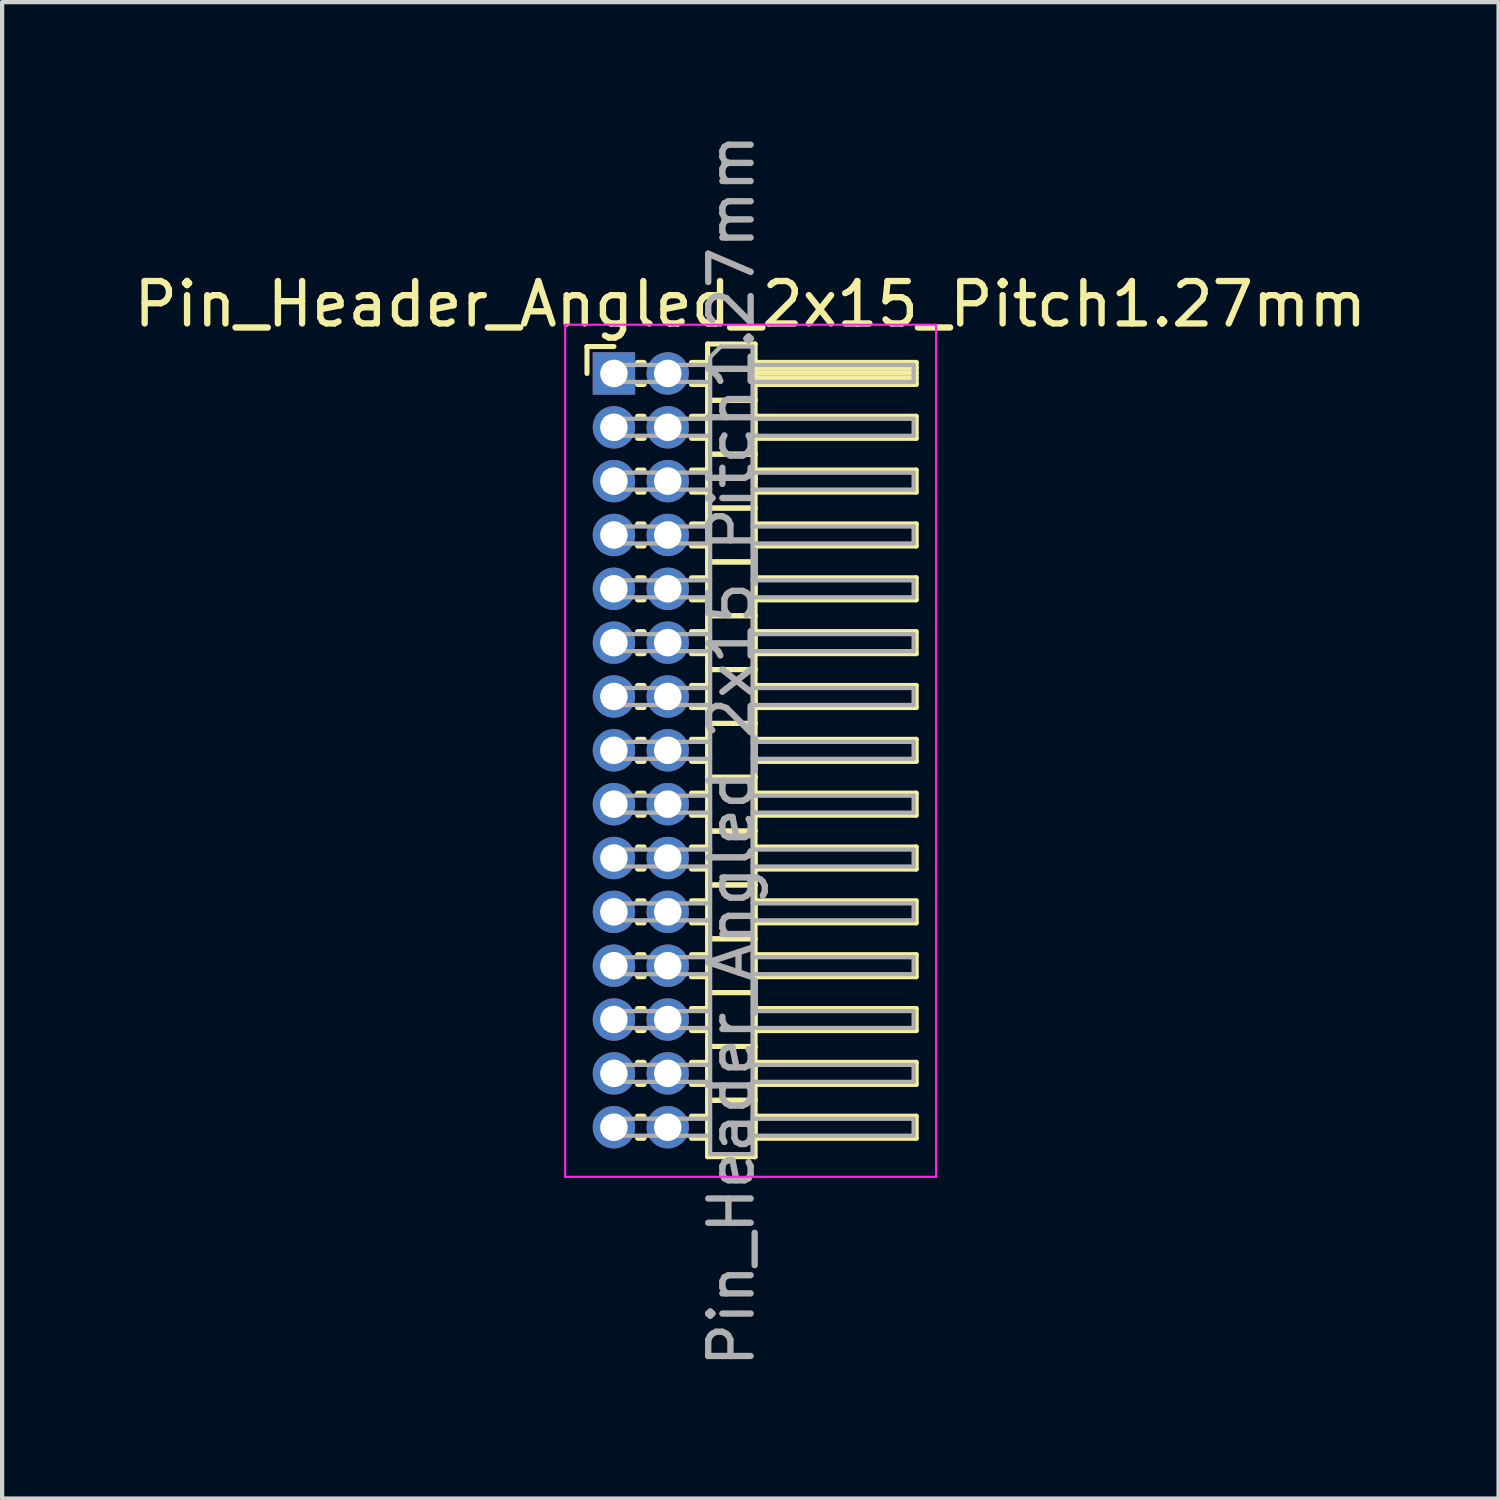
<source format=kicad_pcb>
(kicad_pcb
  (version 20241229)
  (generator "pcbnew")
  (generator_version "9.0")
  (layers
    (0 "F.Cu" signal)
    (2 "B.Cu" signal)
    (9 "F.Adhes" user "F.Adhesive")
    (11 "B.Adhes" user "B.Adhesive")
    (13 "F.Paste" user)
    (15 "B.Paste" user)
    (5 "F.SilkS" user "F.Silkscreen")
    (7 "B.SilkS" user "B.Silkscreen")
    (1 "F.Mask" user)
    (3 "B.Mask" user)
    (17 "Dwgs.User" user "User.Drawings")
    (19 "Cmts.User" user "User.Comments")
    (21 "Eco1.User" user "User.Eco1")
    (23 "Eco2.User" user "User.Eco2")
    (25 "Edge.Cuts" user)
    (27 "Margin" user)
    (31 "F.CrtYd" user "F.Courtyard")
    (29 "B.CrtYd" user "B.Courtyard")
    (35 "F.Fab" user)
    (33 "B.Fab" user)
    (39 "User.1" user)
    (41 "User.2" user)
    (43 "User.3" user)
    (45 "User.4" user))
  (footprint "Pin_Header_Angled_2x15_Pitch1.27mm"
    (layer "F.Cu")
    (at 11.431 5.759)
    (property "Reference" "Pin_Header_Angled_2x15_Pitch1.27mm" (at 3.217 -1.635 0) (layer "F.SilkS") (effects (font (size 1 1) (thickness 0.15))))
    (attr through_hole)
    (fp_line (start -0.635 -0.635) (end 0 -0.635) (stroke (width 0.12) (type solid)) (layer "F.SilkS"))
    (fp_line (start -0.635 0) (end -0.635 -0.635) (stroke (width 0.12) (type solid)) (layer "F.SilkS"))
    (fp_line (start 0.56 -0.26) (end 0.71 -0.26) (stroke (width 0.12) (type solid)) (layer "F.SilkS"))
    (fp_line (start 0.56 0.26) (end 0.71 0.26) (stroke (width 0.12) (type solid)) (layer "F.SilkS"))
    (fp_line (start 0.56 1.01) (end 0.71 1.01) (stroke (width 0.12) (type solid)) (layer "F.SilkS"))
    (fp_line (start 0.56 1.53) (end 0.71 1.53) (stroke (width 0.12) (type solid)) (layer "F.SilkS"))
    (fp_line (start 0.56 2.28) (end 0.71 2.28) (stroke (width 0.12) (type solid)) (layer "F.SilkS"))
    (fp_line (start 0.56 2.8) (end 0.71 2.8) (stroke (width 0.12) (type solid)) (layer "F.SilkS"))
    (fp_line (start 0.56 3.55) (end 0.71 3.55) (stroke (width 0.12) (type solid)) (layer "F.SilkS"))
    (fp_line (start 0.56 4.07) (end 0.71 4.07) (stroke (width 0.12) (type solid)) (layer "F.SilkS"))
    (fp_line (start 0.56 4.82) (end 0.71 4.82) (stroke (width 0.12) (type solid)) (layer "F.SilkS"))
    (fp_line (start 0.56 5.34) (end 0.71 5.34) (stroke (width 0.12) (type solid)) (layer "F.SilkS"))
    (fp_line (start 0.56 6.09) (end 0.71 6.09) (stroke (width 0.12) (type solid)) (layer "F.SilkS"))
    (fp_line (start 0.56 6.61) (end 0.71 6.61) (stroke (width 0.12) (type solid)) (layer "F.SilkS"))
    (fp_line (start 0.56 7.36) (end 0.71 7.36) (stroke (width 0.12) (type solid)) (layer "F.SilkS"))
    (fp_line (start 0.56 7.88) (end 0.71 7.88) (stroke (width 0.12) (type solid)) (layer "F.SilkS"))
    (fp_line (start 0.56 8.63) (end 0.71 8.63) (stroke (width 0.12) (type solid)) (layer "F.SilkS"))
    (fp_line (start 0.56 9.15) (end 0.71 9.15) (stroke (width 0.12) (type solid)) (layer "F.SilkS"))
    (fp_line (start 0.56 9.9) (end 0.71 9.9) (stroke (width 0.12) (type solid)) (layer "F.SilkS"))
    (fp_line (start 0.56 10.42) (end 0.71 10.42) (stroke (width 0.12) (type solid)) (layer "F.SilkS"))
    (fp_line (start 0.56 11.17) (end 0.71 11.17) (stroke (width 0.12) (type solid)) (layer "F.SilkS"))
    (fp_line (start 0.56 11.69) (end 0.71 11.69) (stroke (width 0.12) (type solid)) (layer "F.SilkS"))
    (fp_line (start 0.56 12.44) (end 0.71 12.44) (stroke (width 0.12) (type solid)) (layer "F.SilkS"))
    (fp_line (start 0.56 12.96) (end 0.71 12.96) (stroke (width 0.12) (type solid)) (layer "F.SilkS"))
    (fp_line (start 0.56 13.71) (end 0.71 13.71) (stroke (width 0.12) (type solid)) (layer "F.SilkS"))
    (fp_line (start 0.56 14.23) (end 0.71 14.23) (stroke (width 0.12) (type solid)) (layer "F.SilkS"))
    (fp_line (start 0.56 14.98) (end 0.71 14.98) (stroke (width 0.12) (type solid)) (layer "F.SilkS"))
    (fp_line (start 0.56 15.5) (end 0.71 15.5) (stroke (width 0.12) (type solid)) (layer "F.SilkS"))
    (fp_line (start 0.56 16.25) (end 0.71 16.25) (stroke (width 0.12) (type solid)) (layer "F.SilkS"))
    (fp_line (start 0.56 16.77) (end 0.71 16.77) (stroke (width 0.12) (type solid)) (layer "F.SilkS"))
    (fp_line (start 0.56 17.52) (end 0.71 17.52) (stroke (width 0.12) (type solid)) (layer "F.SilkS"))
    (fp_line (start 0.56 18.04) (end 0.71 18.04) (stroke (width 0.12) (type solid)) (layer "F.SilkS"))
    (fp_line (start 1.83 -0.26) (end 2.21 -0.26) (stroke (width 0.12) (type solid)) (layer "F.SilkS"))
    (fp_line (start 1.83 0.26) (end 2.21 0.26) (stroke (width 0.12) (type solid)) (layer "F.SilkS"))
    (fp_line (start 1.83 1.01) (end 2.21 1.01) (stroke (width 0.12) (type solid)) (layer "F.SilkS"))
    (fp_line (start 1.83 1.53) (end 2.21 1.53) (stroke (width 0.12) (type solid)) (layer "F.SilkS"))
    (fp_line (start 1.83 2.28) (end 2.21 2.28) (stroke (width 0.12) (type solid)) (layer "F.SilkS"))
    (fp_line (start 1.83 2.8) (end 2.21 2.8) (stroke (width 0.12) (type solid)) (layer "F.SilkS"))
    (fp_line (start 1.83 3.55) (end 2.21 3.55) (stroke (width 0.12) (type solid)) (layer "F.SilkS"))
    (fp_line (start 1.83 4.07) (end 2.21 4.07) (stroke (width 0.12) (type solid)) (layer "F.SilkS"))
    (fp_line (start 1.83 4.82) (end 2.21 4.82) (stroke (width 0.12) (type solid)) (layer "F.SilkS"))
    (fp_line (start 1.83 5.34) (end 2.21 5.34) (stroke (width 0.12) (type solid)) (layer "F.SilkS"))
    (fp_line (start 1.83 6.09) (end 2.21 6.09) (stroke (width 0.12) (type solid)) (layer "F.SilkS"))
    (fp_line (start 1.83 6.61) (end 2.21 6.61) (stroke (width 0.12) (type solid)) (layer "F.SilkS"))
    (fp_line (start 1.83 7.36) (end 2.21 7.36) (stroke (width 0.12) (type solid)) (layer "F.SilkS"))
    (fp_line (start 1.83 7.88) (end 2.21 7.88) (stroke (width 0.12) (type solid)) (layer "F.SilkS"))
    (fp_line (start 1.83 8.63) (end 2.21 8.63) (stroke (width 0.12) (type solid)) (layer "F.SilkS"))
    (fp_line (start 1.83 9.15) (end 2.21 9.15) (stroke (width 0.12) (type solid)) (layer "F.SilkS"))
    (fp_line (start 1.83 9.9) (end 2.21 9.9) (stroke (width 0.12) (type solid)) (layer "F.SilkS"))
    (fp_line (start 1.83 10.42) (end 2.21 10.42) (stroke (width 0.12) (type solid)) (layer "F.SilkS"))
    (fp_line (start 1.83 11.17) (end 2.21 11.17) (stroke (width 0.12) (type solid)) (layer "F.SilkS"))
    (fp_line (start 1.83 11.69) (end 2.21 11.69) (stroke (width 0.12) (type solid)) (layer "F.SilkS"))
    (fp_line (start 1.83 12.44) (end 2.21 12.44) (stroke (width 0.12) (type solid)) (layer "F.SilkS"))
    (fp_line (start 1.83 12.96) (end 2.21 12.96) (stroke (width 0.12) (type solid)) (layer "F.SilkS"))
    (fp_line (start 1.83 13.71) (end 2.21 13.71) (stroke (width 0.12) (type solid)) (layer "F.SilkS"))
    (fp_line (start 1.83 14.23) (end 2.21 14.23) (stroke (width 0.12) (type solid)) (layer "F.SilkS"))
    (fp_line (start 1.83 14.98) (end 2.21 14.98) (stroke (width 0.12) (type solid)) (layer "F.SilkS"))
    (fp_line (start 1.83 15.5) (end 2.21 15.5) (stroke (width 0.12) (type solid)) (layer "F.SilkS"))
    (fp_line (start 1.83 16.25) (end 2.21 16.25) (stroke (width 0.12) (type solid)) (layer "F.SilkS"))
    (fp_line (start 1.83 16.77) (end 2.21 16.77) (stroke (width 0.12) (type solid)) (layer "F.SilkS"))
    (fp_line (start 1.83 17.52) (end 2.21 17.52) (stroke (width 0.12) (type solid)) (layer "F.SilkS"))
    (fp_line (start 1.83 18.04) (end 2.21 18.04) (stroke (width 0.12) (type solid)) (layer "F.SilkS"))
    (fp_line (start 2.21 -0.695) (end 2.21 0.635) (stroke (width 0.12) (type solid)) (layer "F.SilkS"))
    (fp_line (start 2.21 0.635) (end 2.21 1.905) (stroke (width 0.12) (type solid)) (layer "F.SilkS"))
    (fp_line (start 2.21 0.635) (end 3.33 0.635) (stroke (width 0.12) (type solid)) (layer "F.SilkS"))
    (fp_line (start 2.21 1.905) (end 2.21 3.175) (stroke (width 0.12) (type solid)) (layer "F.SilkS"))
    (fp_line (start 2.21 1.905) (end 3.33 1.905) (stroke (width 0.12) (type solid)) (layer "F.SilkS"))
    (fp_line (start 2.21 3.175) (end 2.21 4.445) (stroke (width 0.12) (type solid)) (layer "F.SilkS"))
    (fp_line (start 2.21 3.175) (end 3.33 3.175) (stroke (width 0.12) (type solid)) (layer "F.SilkS"))
    (fp_line (start 2.21 4.445) (end 2.21 5.715) (stroke (width 0.12) (type solid)) (layer "F.SilkS"))
    (fp_line (start 2.21 4.445) (end 3.33 4.445) (stroke (width 0.12) (type solid)) (layer "F.SilkS"))
    (fp_line (start 2.21 5.715) (end 2.21 6.985) (stroke (width 0.12) (type solid)) (layer "F.SilkS"))
    (fp_line (start 2.21 5.715) (end 3.33 5.715) (stroke (width 0.12) (type solid)) (layer "F.SilkS"))
    (fp_line (start 2.21 6.985) (end 2.21 8.255) (stroke (width 0.12) (type solid)) (layer "F.SilkS"))
    (fp_line (start 2.21 6.985) (end 3.33 6.985) (stroke (width 0.12) (type solid)) (layer "F.SilkS"))
    (fp_line (start 2.21 8.255) (end 2.21 9.525) (stroke (width 0.12) (type solid)) (layer "F.SilkS"))
    (fp_line (start 2.21 8.255) (end 3.33 8.255) (stroke (width 0.12) (type solid)) (layer "F.SilkS"))
    (fp_line (start 2.21 9.525) (end 2.21 10.795) (stroke (width 0.12) (type solid)) (layer "F.SilkS"))
    (fp_line (start 2.21 9.525) (end 3.33 9.525) (stroke (width 0.12) (type solid)) (layer "F.SilkS"))
    (fp_line (start 2.21 10.795) (end 2.21 12.065) (stroke (width 0.12) (type solid)) (layer "F.SilkS"))
    (fp_line (start 2.21 10.795) (end 3.33 10.795) (stroke (width 0.12) (type solid)) (layer "F.SilkS"))
    (fp_line (start 2.21 12.065) (end 2.21 13.335) (stroke (width 0.12) (type solid)) (layer "F.SilkS"))
    (fp_line (start 2.21 12.065) (end 3.33 12.065) (stroke (width 0.12) (type solid)) (layer "F.SilkS"))
    (fp_line (start 2.21 13.335) (end 2.21 14.605) (stroke (width 0.12) (type solid)) (layer "F.SilkS"))
    (fp_line (start 2.21 13.335) (end 3.33 13.335) (stroke (width 0.12) (type solid)) (layer "F.SilkS"))
    (fp_line (start 2.21 14.605) (end 2.21 15.875) (stroke (width 0.12) (type solid)) (layer "F.SilkS"))
    (fp_line (start 2.21 14.605) (end 3.33 14.605) (stroke (width 0.12) (type solid)) (layer "F.SilkS"))
    (fp_line (start 2.21 15.875) (end 2.21 17.145) (stroke (width 0.12) (type solid)) (layer "F.SilkS"))
    (fp_line (start 2.21 15.875) (end 3.33 15.875) (stroke (width 0.12) (type solid)) (layer "F.SilkS"))
    (fp_line (start 2.21 17.145) (end 2.21 18.475) (stroke (width 0.12) (type solid)) (layer "F.SilkS"))
    (fp_line (start 2.21 17.145) (end 3.33 17.145) (stroke (width 0.12) (type solid)) (layer "F.SilkS"))
    (fp_line (start 2.21 18.475) (end 3.33 18.475) (stroke (width 0.12) (type solid)) (layer "F.SilkS"))
    (fp_line (start 3.33 -0.695) (end 2.21 -0.695) (stroke (width 0.12) (type solid)) (layer "F.SilkS"))
    (fp_line (start 3.33 -0.26) (end 3.33 0.26) (stroke (width 0.12) (type solid)) (layer "F.SilkS"))
    (fp_line (start 3.33 -0.14) (end 7.13 -0.14) (stroke (width 0.12) (type solid)) (layer "F.SilkS"))
    (fp_line (start 3.33 -0.02) (end 7.13 -0.02) (stroke (width 0.12) (type solid)) (layer "F.SilkS"))
    (fp_line (start 3.33 0.1) (end 7.13 0.1) (stroke (width 0.12) (type solid)) (layer "F.SilkS"))
    (fp_line (start 3.33 0.22) (end 7.13 0.22) (stroke (width 0.12) (type solid)) (layer "F.SilkS"))
    (fp_line (start 3.33 0.26) (end 7.13 0.26) (stroke (width 0.12) (type solid)) (layer "F.SilkS"))
    (fp_line (start 3.33 0.635) (end 2.21 0.635) (stroke (width 0.12) (type solid)) (layer "F.SilkS"))
    (fp_line (start 3.33 0.635) (end 3.33 -0.695) (stroke (width 0.12) (type solid)) (layer "F.SilkS"))
    (fp_line (start 3.33 1.01) (end 3.33 1.53) (stroke (width 0.12) (type solid)) (layer "F.SilkS"))
    (fp_line (start 3.33 1.53) (end 7.13 1.53) (stroke (width 0.12) (type solid)) (layer "F.SilkS"))
    (fp_line (start 3.33 1.905) (end 2.21 1.905) (stroke (width 0.12) (type solid)) (layer "F.SilkS"))
    (fp_line (start 3.33 1.905) (end 3.33 0.635) (stroke (width 0.12) (type solid)) (layer "F.SilkS"))
    (fp_line (start 3.33 2.28) (end 3.33 2.8) (stroke (width 0.12) (type solid)) (layer "F.SilkS"))
    (fp_line (start 3.33 2.8) (end 7.13 2.8) (stroke (width 0.12) (type solid)) (layer "F.SilkS"))
    (fp_line (start 3.33 3.175) (end 2.21 3.175) (stroke (width 0.12) (type solid)) (layer "F.SilkS"))
    (fp_line (start 3.33 3.175) (end 3.33 1.905) (stroke (width 0.12) (type solid)) (layer "F.SilkS"))
    (fp_line (start 3.33 3.55) (end 3.33 4.07) (stroke (width 0.12) (type solid)) (layer "F.SilkS"))
    (fp_line (start 3.33 4.07) (end 7.13 4.07) (stroke (width 0.12) (type solid)) (layer "F.SilkS"))
    (fp_line (start 3.33 4.445) (end 2.21 4.445) (stroke (width 0.12) (type solid)) (layer "F.SilkS"))
    (fp_line (start 3.33 4.445) (end 3.33 3.175) (stroke (width 0.12) (type solid)) (layer "F.SilkS"))
    (fp_line (start 3.33 4.82) (end 3.33 5.34) (stroke (width 0.12) (type solid)) (layer "F.SilkS"))
    (fp_line (start 3.33 5.34) (end 7.13 5.34) (stroke (width 0.12) (type solid)) (layer "F.SilkS"))
    (fp_line (start 3.33 5.715) (end 2.21 5.715) (stroke (width 0.12) (type solid)) (layer "F.SilkS"))
    (fp_line (start 3.33 5.715) (end 3.33 4.445) (stroke (width 0.12) (type solid)) (layer "F.SilkS"))
    (fp_line (start 3.33 6.09) (end 3.33 6.61) (stroke (width 0.12) (type solid)) (layer "F.SilkS"))
    (fp_line (start 3.33 6.61) (end 7.13 6.61) (stroke (width 0.12) (type solid)) (layer "F.SilkS"))
    (fp_line (start 3.33 6.985) (end 2.21 6.985) (stroke (width 0.12) (type solid)) (layer "F.SilkS"))
    (fp_line (start 3.33 6.985) (end 3.33 5.715) (stroke (width 0.12) (type solid)) (layer "F.SilkS"))
    (fp_line (start 3.33 7.36) (end 3.33 7.88) (stroke (width 0.12) (type solid)) (layer "F.SilkS"))
    (fp_line (start 3.33 7.88) (end 7.13 7.88) (stroke (width 0.12) (type solid)) (layer "F.SilkS"))
    (fp_line (start 3.33 8.255) (end 2.21 8.255) (stroke (width 0.12) (type solid)) (layer "F.SilkS"))
    (fp_line (start 3.33 8.255) (end 3.33 6.985) (stroke (width 0.12) (type solid)) (layer "F.SilkS"))
    (fp_line (start 3.33 8.63) (end 3.33 9.15) (stroke (width 0.12) (type solid)) (layer "F.SilkS"))
    (fp_line (start 3.33 9.15) (end 7.13 9.15) (stroke (width 0.12) (type solid)) (layer "F.SilkS"))
    (fp_line (start 3.33 9.525) (end 2.21 9.525) (stroke (width 0.12) (type solid)) (layer "F.SilkS"))
    (fp_line (start 3.33 9.525) (end 3.33 8.255) (stroke (width 0.12) (type solid)) (layer "F.SilkS"))
    (fp_line (start 3.33 9.9) (end 3.33 10.42) (stroke (width 0.12) (type solid)) (layer "F.SilkS"))
    (fp_line (start 3.33 10.42) (end 7.13 10.42) (stroke (width 0.12) (type solid)) (layer "F.SilkS"))
    (fp_line (start 3.33 10.795) (end 2.21 10.795) (stroke (width 0.12) (type solid)) (layer "F.SilkS"))
    (fp_line (start 3.33 10.795) (end 3.33 9.525) (stroke (width 0.12) (type solid)) (layer "F.SilkS"))
    (fp_line (start 3.33 11.17) (end 3.33 11.69) (stroke (width 0.12) (type solid)) (layer "F.SilkS"))
    (fp_line (start 3.33 11.69) (end 7.13 11.69) (stroke (width 0.12) (type solid)) (layer "F.SilkS"))
    (fp_line (start 3.33 12.065) (end 2.21 12.065) (stroke (width 0.12) (type solid)) (layer "F.SilkS"))
    (fp_line (start 3.33 12.065) (end 3.33 10.795) (stroke (width 0.12) (type solid)) (layer "F.SilkS"))
    (fp_line (start 3.33 12.44) (end 3.33 12.96) (stroke (width 0.12) (type solid)) (layer "F.SilkS"))
    (fp_line (start 3.33 12.96) (end 7.13 12.96) (stroke (width 0.12) (type solid)) (layer "F.SilkS"))
    (fp_line (start 3.33 13.335) (end 2.21 13.335) (stroke (width 0.12) (type solid)) (layer "F.SilkS"))
    (fp_line (start 3.33 13.335) (end 3.33 12.065) (stroke (width 0.12) (type solid)) (layer "F.SilkS"))
    (fp_line (start 3.33 13.71) (end 3.33 14.23) (stroke (width 0.12) (type solid)) (layer "F.SilkS"))
    (fp_line (start 3.33 14.23) (end 7.13 14.23) (stroke (width 0.12) (type solid)) (layer "F.SilkS"))
    (fp_line (start 3.33 14.605) (end 2.21 14.605) (stroke (width 0.12) (type solid)) (layer "F.SilkS"))
    (fp_line (start 3.33 14.605) (end 3.33 13.335) (stroke (width 0.12) (type solid)) (layer "F.SilkS"))
    (fp_line (start 3.33 14.98) (end 3.33 15.5) (stroke (width 0.12) (type solid)) (layer "F.SilkS"))
    (fp_line (start 3.33 15.5) (end 7.13 15.5) (stroke (width 0.12) (type solid)) (layer "F.SilkS"))
    (fp_line (start 3.33 15.875) (end 2.21 15.875) (stroke (width 0.12) (type solid)) (layer "F.SilkS"))
    (fp_line (start 3.33 15.875) (end 3.33 14.605) (stroke (width 0.12) (type solid)) (layer "F.SilkS"))
    (fp_line (start 3.33 16.25) (end 3.33 16.77) (stroke (width 0.12) (type solid)) (layer "F.SilkS"))
    (fp_line (start 3.33 16.77) (end 7.13 16.77) (stroke (width 0.12) (type solid)) (layer "F.SilkS"))
    (fp_line (start 3.33 17.145) (end 2.21 17.145) (stroke (width 0.12) (type solid)) (layer "F.SilkS"))
    (fp_line (start 3.33 17.145) (end 3.33 15.875) (stroke (width 0.12) (type solid)) (layer "F.SilkS"))
    (fp_line (start 3.33 17.52) (end 3.33 18.04) (stroke (width 0.12) (type solid)) (layer "F.SilkS"))
    (fp_line (start 3.33 18.04) (end 7.13 18.04) (stroke (width 0.12) (type solid)) (layer "F.SilkS"))
    (fp_line (start 3.33 18.475) (end 3.33 17.145) (stroke (width 0.12) (type solid)) (layer "F.SilkS"))
    (fp_line (start 7.13 -0.26) (end 3.33 -0.26) (stroke (width 0.12) (type solid)) (layer "F.SilkS"))
    (fp_line (start 7.13 0.26) (end 7.13 -0.26) (stroke (width 0.12) (type solid)) (layer "F.SilkS"))
    (fp_line (start 7.13 1.01) (end 3.33 1.01) (stroke (width 0.12) (type solid)) (layer "F.SilkS"))
    (fp_line (start 7.13 1.53) (end 7.13 1.01) (stroke (width 0.12) (type solid)) (layer "F.SilkS"))
    (fp_line (start 7.13 2.28) (end 3.33 2.28) (stroke (width 0.12) (type solid)) (layer "F.SilkS"))
    (fp_line (start 7.13 2.8) (end 7.13 2.28) (stroke (width 0.12) (type solid)) (layer "F.SilkS"))
    (fp_line (start 7.13 3.55) (end 3.33 3.55) (stroke (width 0.12) (type solid)) (layer "F.SilkS"))
    (fp_line (start 7.13 4.07) (end 7.13 3.55) (stroke (width 0.12) (type solid)) (layer "F.SilkS"))
    (fp_line (start 7.13 4.82) (end 3.33 4.82) (stroke (width 0.12) (type solid)) (layer "F.SilkS"))
    (fp_line (start 7.13 5.34) (end 7.13 4.82) (stroke (width 0.12) (type solid)) (layer "F.SilkS"))
    (fp_line (start 7.13 6.09) (end 3.33 6.09) (stroke (width 0.12) (type solid)) (layer "F.SilkS"))
    (fp_line (start 7.13 6.61) (end 7.13 6.09) (stroke (width 0.12) (type solid)) (layer "F.SilkS"))
    (fp_line (start 7.13 7.36) (end 3.33 7.36) (stroke (width 0.12) (type solid)) (layer "F.SilkS"))
    (fp_line (start 7.13 7.88) (end 7.13 7.36) (stroke (width 0.12) (type solid)) (layer "F.SilkS"))
    (fp_line (start 7.13 8.63) (end 3.33 8.63) (stroke (width 0.12) (type solid)) (layer "F.SilkS"))
    (fp_line (start 7.13 9.15) (end 7.13 8.63) (stroke (width 0.12) (type solid)) (layer "F.SilkS"))
    (fp_line (start 7.13 9.9) (end 3.33 9.9) (stroke (width 0.12) (type solid)) (layer "F.SilkS"))
    (fp_line (start 7.13 10.42) (end 7.13 9.9) (stroke (width 0.12) (type solid)) (layer "F.SilkS"))
    (fp_line (start 7.13 11.17) (end 3.33 11.17) (stroke (width 0.12) (type solid)) (layer "F.SilkS"))
    (fp_line (start 7.13 11.69) (end 7.13 11.17) (stroke (width 0.12) (type solid)) (layer "F.SilkS"))
    (fp_line (start 7.13 12.44) (end 3.33 12.44) (stroke (width 0.12) (type solid)) (layer "F.SilkS"))
    (fp_line (start 7.13 12.96) (end 7.13 12.44) (stroke (width 0.12) (type solid)) (layer "F.SilkS"))
    (fp_line (start 7.13 13.71) (end 3.33 13.71) (stroke (width 0.12) (type solid)) (layer "F.SilkS"))
    (fp_line (start 7.13 14.23) (end 7.13 13.71) (stroke (width 0.12) (type solid)) (layer "F.SilkS"))
    (fp_line (start 7.13 14.98) (end 3.33 14.98) (stroke (width 0.12) (type solid)) (layer "F.SilkS"))
    (fp_line (start 7.13 15.5) (end 7.13 14.98) (stroke (width 0.12) (type solid)) (layer "F.SilkS"))
    (fp_line (start 7.13 16.25) (end 3.33 16.25) (stroke (width 0.12) (type solid)) (layer "F.SilkS"))
    (fp_line (start 7.13 16.77) (end 7.13 16.25) (stroke (width 0.12) (type solid)) (layer "F.SilkS"))
    (fp_line (start 7.13 17.52) (end 3.33 17.52) (stroke (width 0.12) (type solid)) (layer "F.SilkS"))
    (fp_line (start 7.13 18.04) (end 7.13 17.52) (stroke (width 0.12) (type solid)) (layer "F.SilkS"))
    (fp_line (start -1.15 -1.15) (end -1.15 18.95) (stroke (width 0.05) (type solid)) (layer "F.CrtYd"))
    (fp_line (start -1.15 18.95) (end 7.6 18.95) (stroke (width 0.05) (type solid)) (layer "F.CrtYd"))
    (fp_line (start 7.6 -1.15) (end -1.15 -1.15) (stroke (width 0.05) (type solid)) (layer "F.CrtYd"))
    (fp_line (start 7.6 18.95) (end 7.6 -1.15) (stroke (width 0.05) (type solid)) (layer "F.CrtYd"))
    (fp_line (start -0.2 -0.2) (end -0.2 0.2) (stroke (width 0.1) (type solid)) (layer "F.Fab"))
    (fp_line (start -0.2 -0.2) (end 2.27 -0.2) (stroke (width 0.1) (type solid)) (layer "F.Fab"))
    (fp_line (start -0.2 0.2) (end 2.27 0.2) (stroke (width 0.1) (type solid)) (layer "F.Fab"))
    (fp_line (start -0.2 1.07) (end -0.2 1.47) (stroke (width 0.1) (type solid)) (layer "F.Fab"))
    (fp_line (start -0.2 1.07) (end 2.27 1.07) (stroke (width 0.1) (type solid)) (layer "F.Fab"))
    (fp_line (start -0.2 1.47) (end 2.27 1.47) (stroke (width 0.1) (type solid)) (layer "F.Fab"))
    (fp_line (start -0.2 2.34) (end -0.2 2.74) (stroke (width 0.1) (type solid)) (layer "F.Fab"))
    (fp_line (start -0.2 2.34) (end 2.27 2.34) (stroke (width 0.1) (type solid)) (layer "F.Fab"))
    (fp_line (start -0.2 2.74) (end 2.27 2.74) (stroke (width 0.1) (type solid)) (layer "F.Fab"))
    (fp_line (start -0.2 3.61) (end -0.2 4.01) (stroke (width 0.1) (type solid)) (layer "F.Fab"))
    (fp_line (start -0.2 3.61) (end 2.27 3.61) (stroke (width 0.1) (type solid)) (layer "F.Fab"))
    (fp_line (start -0.2 4.01) (end 2.27 4.01) (stroke (width 0.1) (type solid)) (layer "F.Fab"))
    (fp_line (start -0.2 4.88) (end -0.2 5.28) (stroke (width 0.1) (type solid)) (layer "F.Fab"))
    (fp_line (start -0.2 4.88) (end 2.27 4.88) (stroke (width 0.1) (type solid)) (layer "F.Fab"))
    (fp_line (start -0.2 5.28) (end 2.27 5.28) (stroke (width 0.1) (type solid)) (layer "F.Fab"))
    (fp_line (start -0.2 6.15) (end -0.2 6.55) (stroke (width 0.1) (type solid)) (layer "F.Fab"))
    (fp_line (start -0.2 6.15) (end 2.27 6.15) (stroke (width 0.1) (type solid)) (layer "F.Fab"))
    (fp_line (start -0.2 6.55) (end 2.27 6.55) (stroke (width 0.1) (type solid)) (layer "F.Fab"))
    (fp_line (start -0.2 7.42) (end -0.2 7.82) (stroke (width 0.1) (type solid)) (layer "F.Fab"))
    (fp_line (start -0.2 7.42) (end 2.27 7.42) (stroke (width 0.1) (type solid)) (layer "F.Fab"))
    (fp_line (start -0.2 7.82) (end 2.27 7.82) (stroke (width 0.1) (type solid)) (layer "F.Fab"))
    (fp_line (start -0.2 8.69) (end -0.2 9.09) (stroke (width 0.1) (type solid)) (layer "F.Fab"))
    (fp_line (start -0.2 8.69) (end 2.27 8.69) (stroke (width 0.1) (type solid)) (layer "F.Fab"))
    (fp_line (start -0.2 9.09) (end 2.27 9.09) (stroke (width 0.1) (type solid)) (layer "F.Fab"))
    (fp_line (start -0.2 9.96) (end -0.2 10.36) (stroke (width 0.1) (type solid)) (layer "F.Fab"))
    (fp_line (start -0.2 9.96) (end 2.27 9.96) (stroke (width 0.1) (type solid)) (layer "F.Fab"))
    (fp_line (start -0.2 10.36) (end 2.27 10.36) (stroke (width 0.1) (type solid)) (layer "F.Fab"))
    (fp_line (start -0.2 11.23) (end -0.2 11.63) (stroke (width 0.1) (type solid)) (layer "F.Fab"))
    (fp_line (start -0.2 11.23) (end 2.27 11.23) (stroke (width 0.1) (type solid)) (layer "F.Fab"))
    (fp_line (start -0.2 11.63) (end 2.27 11.63) (stroke (width 0.1) (type solid)) (layer "F.Fab"))
    (fp_line (start -0.2 12.5) (end -0.2 12.9) (stroke (width 0.1) (type solid)) (layer "F.Fab"))
    (fp_line (start -0.2 12.5) (end 2.27 12.5) (stroke (width 0.1) (type solid)) (layer "F.Fab"))
    (fp_line (start -0.2 12.9) (end 2.27 12.9) (stroke (width 0.1) (type solid)) (layer "F.Fab"))
    (fp_line (start -0.2 13.77) (end -0.2 14.17) (stroke (width 0.1) (type solid)) (layer "F.Fab"))
    (fp_line (start -0.2 13.77) (end 2.27 13.77) (stroke (width 0.1) (type solid)) (layer "F.Fab"))
    (fp_line (start -0.2 14.17) (end 2.27 14.17) (stroke (width 0.1) (type solid)) (layer "F.Fab"))
    (fp_line (start -0.2 15.04) (end -0.2 15.44) (stroke (width 0.1) (type solid)) (layer "F.Fab"))
    (fp_line (start -0.2 15.04) (end 2.27 15.04) (stroke (width 0.1) (type solid)) (layer "F.Fab"))
    (fp_line (start -0.2 15.44) (end 2.27 15.44) (stroke (width 0.1) (type solid)) (layer "F.Fab"))
    (fp_line (start -0.2 16.31) (end -0.2 16.71) (stroke (width 0.1) (type solid)) (layer "F.Fab"))
    (fp_line (start -0.2 16.31) (end 2.27 16.31) (stroke (width 0.1) (type solid)) (layer "F.Fab"))
    (fp_line (start -0.2 16.71) (end 2.27 16.71) (stroke (width 0.1) (type solid)) (layer "F.Fab"))
    (fp_line (start -0.2 17.58) (end -0.2 17.98) (stroke (width 0.1) (type solid)) (layer "F.Fab"))
    (fp_line (start -0.2 17.58) (end 2.27 17.58) (stroke (width 0.1) (type solid)) (layer "F.Fab"))
    (fp_line (start -0.2 17.98) (end 2.27 17.98) (stroke (width 0.1) (type solid)) (layer "F.Fab"))
    (fp_line (start 2.27 -0.385) (end 2.52 -0.635) (stroke (width 0.1) (type solid)) (layer "F.Fab"))
    (fp_line (start 2.27 18.415) (end 2.27 -0.385) (stroke (width 0.1) (type solid)) (layer "F.Fab"))
    (fp_line (start 2.52 -0.635) (end 3.27 -0.635) (stroke (width 0.1) (type solid)) (layer "F.Fab"))
    (fp_line (start 3.27 -0.635) (end 3.27 18.415) (stroke (width 0.1) (type solid)) (layer "F.Fab"))
    (fp_line (start 3.27 -0.2) (end 7.07 -0.2) (stroke (width 0.1) (type solid)) (layer "F.Fab"))
    (fp_line (start 3.27 0.2) (end 7.07 0.2) (stroke (width 0.1) (type solid)) (layer "F.Fab"))
    (fp_line (start 3.27 1.07) (end 7.07 1.07) (stroke (width 0.1) (type solid)) (layer "F.Fab"))
    (fp_line (start 3.27 1.47) (end 7.07 1.47) (stroke (width 0.1) (type solid)) (layer "F.Fab"))
    (fp_line (start 3.27 2.34) (end 7.07 2.34) (stroke (width 0.1) (type solid)) (layer "F.Fab"))
    (fp_line (start 3.27 2.74) (end 7.07 2.74) (stroke (width 0.1) (type solid)) (layer "F.Fab"))
    (fp_line (start 3.27 3.61) (end 7.07 3.61) (stroke (width 0.1) (type solid)) (layer "F.Fab"))
    (fp_line (start 3.27 4.01) (end 7.07 4.01) (stroke (width 0.1) (type solid)) (layer "F.Fab"))
    (fp_line (start 3.27 4.88) (end 7.07 4.88) (stroke (width 0.1) (type solid)) (layer "F.Fab"))
    (fp_line (start 3.27 5.28) (end 7.07 5.28) (stroke (width 0.1) (type solid)) (layer "F.Fab"))
    (fp_line (start 3.27 6.15) (end 7.07 6.15) (stroke (width 0.1) (type solid)) (layer "F.Fab"))
    (fp_line (start 3.27 6.55) (end 7.07 6.55) (stroke (width 0.1) (type solid)) (layer "F.Fab"))
    (fp_line (start 3.27 7.42) (end 7.07 7.42) (stroke (width 0.1) (type solid)) (layer "F.Fab"))
    (fp_line (start 3.27 7.82) (end 7.07 7.82) (stroke (width 0.1) (type solid)) (layer "F.Fab"))
    (fp_line (start 3.27 8.69) (end 7.07 8.69) (stroke (width 0.1) (type solid)) (layer "F.Fab"))
    (fp_line (start 3.27 9.09) (end 7.07 9.09) (stroke (width 0.1) (type solid)) (layer "F.Fab"))
    (fp_line (start 3.27 9.96) (end 7.07 9.96) (stroke (width 0.1) (type solid)) (layer "F.Fab"))
    (fp_line (start 3.27 10.36) (end 7.07 10.36) (stroke (width 0.1) (type solid)) (layer "F.Fab"))
    (fp_line (start 3.27 11.23) (end 7.07 11.23) (stroke (width 0.1) (type solid)) (layer "F.Fab"))
    (fp_line (start 3.27 11.63) (end 7.07 11.63) (stroke (width 0.1) (type solid)) (layer "F.Fab"))
    (fp_line (start 3.27 12.5) (end 7.07 12.5) (stroke (width 0.1) (type solid)) (layer "F.Fab"))
    (fp_line (start 3.27 12.9) (end 7.07 12.9) (stroke (width 0.1) (type solid)) (layer "F.Fab"))
    (fp_line (start 3.27 13.77) (end 7.07 13.77) (stroke (width 0.1) (type solid)) (layer "F.Fab"))
    (fp_line (start 3.27 14.17) (end 7.07 14.17) (stroke (width 0.1) (type solid)) (layer "F.Fab"))
    (fp_line (start 3.27 15.04) (end 7.07 15.04) (stroke (width 0.1) (type solid)) (layer "F.Fab"))
    (fp_line (start 3.27 15.44) (end 7.07 15.44) (stroke (width 0.1) (type solid)) (layer "F.Fab"))
    (fp_line (start 3.27 16.31) (end 7.07 16.31) (stroke (width 0.1) (type solid)) (layer "F.Fab"))
    (fp_line (start 3.27 16.71) (end 7.07 16.71) (stroke (width 0.1) (type solid)) (layer "F.Fab"))
    (fp_line (start 3.27 17.58) (end 7.07 17.58) (stroke (width 0.1) (type solid)) (layer "F.Fab"))
    (fp_line (start 3.27 17.98) (end 7.07 17.98) (stroke (width 0.1) (type solid)) (layer "F.Fab"))
    (fp_line (start 3.27 18.415) (end 2.27 18.415) (stroke (width 0.1) (type solid)) (layer "F.Fab"))
    (fp_line (start 7.07 -0.2) (end 7.07 0.2) (stroke (width 0.1) (type solid)) (layer "F.Fab"))
    (fp_line (start 7.07 1.07) (end 7.07 1.47) (stroke (width 0.1) (type solid)) (layer "F.Fab"))
    (fp_line (start 7.07 2.34) (end 7.07 2.74) (stroke (width 0.1) (type solid)) (layer "F.Fab"))
    (fp_line (start 7.07 3.61) (end 7.07 4.01) (stroke (width 0.1) (type solid)) (layer "F.Fab"))
    (fp_line (start 7.07 4.88) (end 7.07 5.28) (stroke (width 0.1) (type solid)) (layer "F.Fab"))
    (fp_line (start 7.07 6.15) (end 7.07 6.55) (stroke (width 0.1) (type solid)) (layer "F.Fab"))
    (fp_line (start 7.07 7.42) (end 7.07 7.82) (stroke (width 0.1) (type solid)) (layer "F.Fab"))
    (fp_line (start 7.07 8.69) (end 7.07 9.09) (stroke (width 0.1) (type solid)) (layer "F.Fab"))
    (fp_line (start 7.07 9.96) (end 7.07 10.36) (stroke (width 0.1) (type solid)) (layer "F.Fab"))
    (fp_line (start 7.07 11.23) (end 7.07 11.63) (stroke (width 0.1) (type solid)) (layer "F.Fab"))
    (fp_line (start 7.07 12.5) (end 7.07 12.9) (stroke (width 0.1) (type solid)) (layer "F.Fab"))
    (fp_line (start 7.07 13.77) (end 7.07 14.17) (stroke (width 0.1) (type solid)) (layer "F.Fab"))
    (fp_line (start 7.07 15.04) (end 7.07 15.44) (stroke (width 0.1) (type solid)) (layer "F.Fab"))
    (fp_line (start 7.07 16.31) (end 7.07 16.71) (stroke (width 0.1) (type solid)) (layer "F.Fab"))
    (fp_line (start 7.07 17.58) (end 7.07 17.98) (stroke (width 0.1) (type solid)) (layer "F.Fab"))
    (fp_text user "${REFERENCE}" (at 2.77 8.89 90) (layer "F.Fab") (effects (font (size 1 1) (thickness 0.15))))
    (pad "1" thru_hole rect (at 0 0) (size 1 1) (drill 0.65) (layers "*.Cu" "*.Mask"))
    (pad "2" thru_hole oval (at 1.27 0) (size 1 1) (drill 0.65) (layers "*.Cu" "*.Mask"))
    (pad "3" thru_hole oval (at 0 1.27) (size 1 1) (drill 0.65) (layers "*.Cu" "*.Mask"))
    (pad "4" thru_hole oval (at 1.27 1.27) (size 1 1) (drill 0.65) (layers "*.Cu" "*.Mask"))
    (pad "5" thru_hole oval (at 0 2.54) (size 1 1) (drill 0.65) (layers "*.Cu" "*.Mask"))
    (pad "6" thru_hole oval (at 1.27 2.54) (size 1 1) (drill 0.65) (layers "*.Cu" "*.Mask"))
    (pad "7" thru_hole oval (at 0 3.81) (size 1 1) (drill 0.65) (layers "*.Cu" "*.Mask"))
    (pad "8" thru_hole oval (at 1.27 3.81) (size 1 1) (drill 0.65) (layers "*.Cu" "*.Mask"))
    (pad "9" thru_hole oval (at 0 5.08) (size 1 1) (drill 0.65) (layers "*.Cu" "*.Mask"))
    (pad "10" thru_hole oval (at 1.27 5.08) (size 1 1) (drill 0.65) (layers "*.Cu" "*.Mask"))
    (pad "11" thru_hole oval (at 0 6.35) (size 1 1) (drill 0.65) (layers "*.Cu" "*.Mask"))
    (pad "12" thru_hole oval (at 1.27 6.35) (size 1 1) (drill 0.65) (layers "*.Cu" "*.Mask"))
    (pad "13" thru_hole oval (at 0 7.62) (size 1 1) (drill 0.65) (layers "*.Cu" "*.Mask"))
    (pad "14" thru_hole oval (at 1.27 7.62) (size 1 1) (drill 0.65) (layers "*.Cu" "*.Mask"))
    (pad "15" thru_hole oval (at 0 8.89) (size 1 1) (drill 0.65) (layers "*.Cu" "*.Mask"))
    (pad "16" thru_hole oval (at 1.27 8.89) (size 1 1) (drill 0.65) (layers "*.Cu" "*.Mask"))
    (pad "17" thru_hole oval (at 0 10.16) (size 1 1) (drill 0.65) (layers "*.Cu" "*.Mask"))
    (pad "18" thru_hole oval (at 1.27 10.16) (size 1 1) (drill 0.65) (layers "*.Cu" "*.Mask"))
    (pad "19" thru_hole oval (at 0 11.43) (size 1 1) (drill 0.65) (layers "*.Cu" "*.Mask"))
    (pad "20" thru_hole oval (at 1.27 11.43) (size 1 1) (drill 0.65) (layers "*.Cu" "*.Mask"))
    (pad "21" thru_hole oval (at 0 12.7) (size 1 1) (drill 0.65) (layers "*.Cu" "*.Mask"))
    (pad "22" thru_hole oval (at 1.27 12.7) (size 1 1) (drill 0.65) (layers "*.Cu" "*.Mask"))
    (pad "23" thru_hole oval (at 0 13.97) (size 1 1) (drill 0.65) (layers "*.Cu" "*.Mask"))
    (pad "24" thru_hole oval (at 1.27 13.97) (size 1 1) (drill 0.65) (layers "*.Cu" "*.Mask"))
    (pad "25" thru_hole oval (at 0 15.24) (size 1 1) (drill 0.65) (layers "*.Cu" "*.Mask"))
    (pad "26" thru_hole oval (at 1.27 15.24) (size 1 1) (drill 0.65) (layers "*.Cu" "*.Mask"))
    (pad "27" thru_hole oval (at 0 16.51) (size 1 1) (drill 0.65) (layers "*.Cu" "*.Mask"))
    (pad "28" thru_hole oval (at 1.27 16.51) (size 1 1) (drill 0.65) (layers "*.Cu" "*.Mask"))
    (pad "29" thru_hole oval (at 0 17.78) (size 1 1) (drill 0.65) (layers "*.Cu" "*.Mask"))
    (pad "30" thru_hole oval (at 1.27 17.78) (size 1 1) (drill 0.65) (layers "*.Cu" "*.Mask")))
  (gr_rect
    (start -3 -3)
    (end 32.298 32.298)
    (stroke (width 0.1) (type default))
    (fill no)
    (layer "Edge.Cuts")))
</source>
